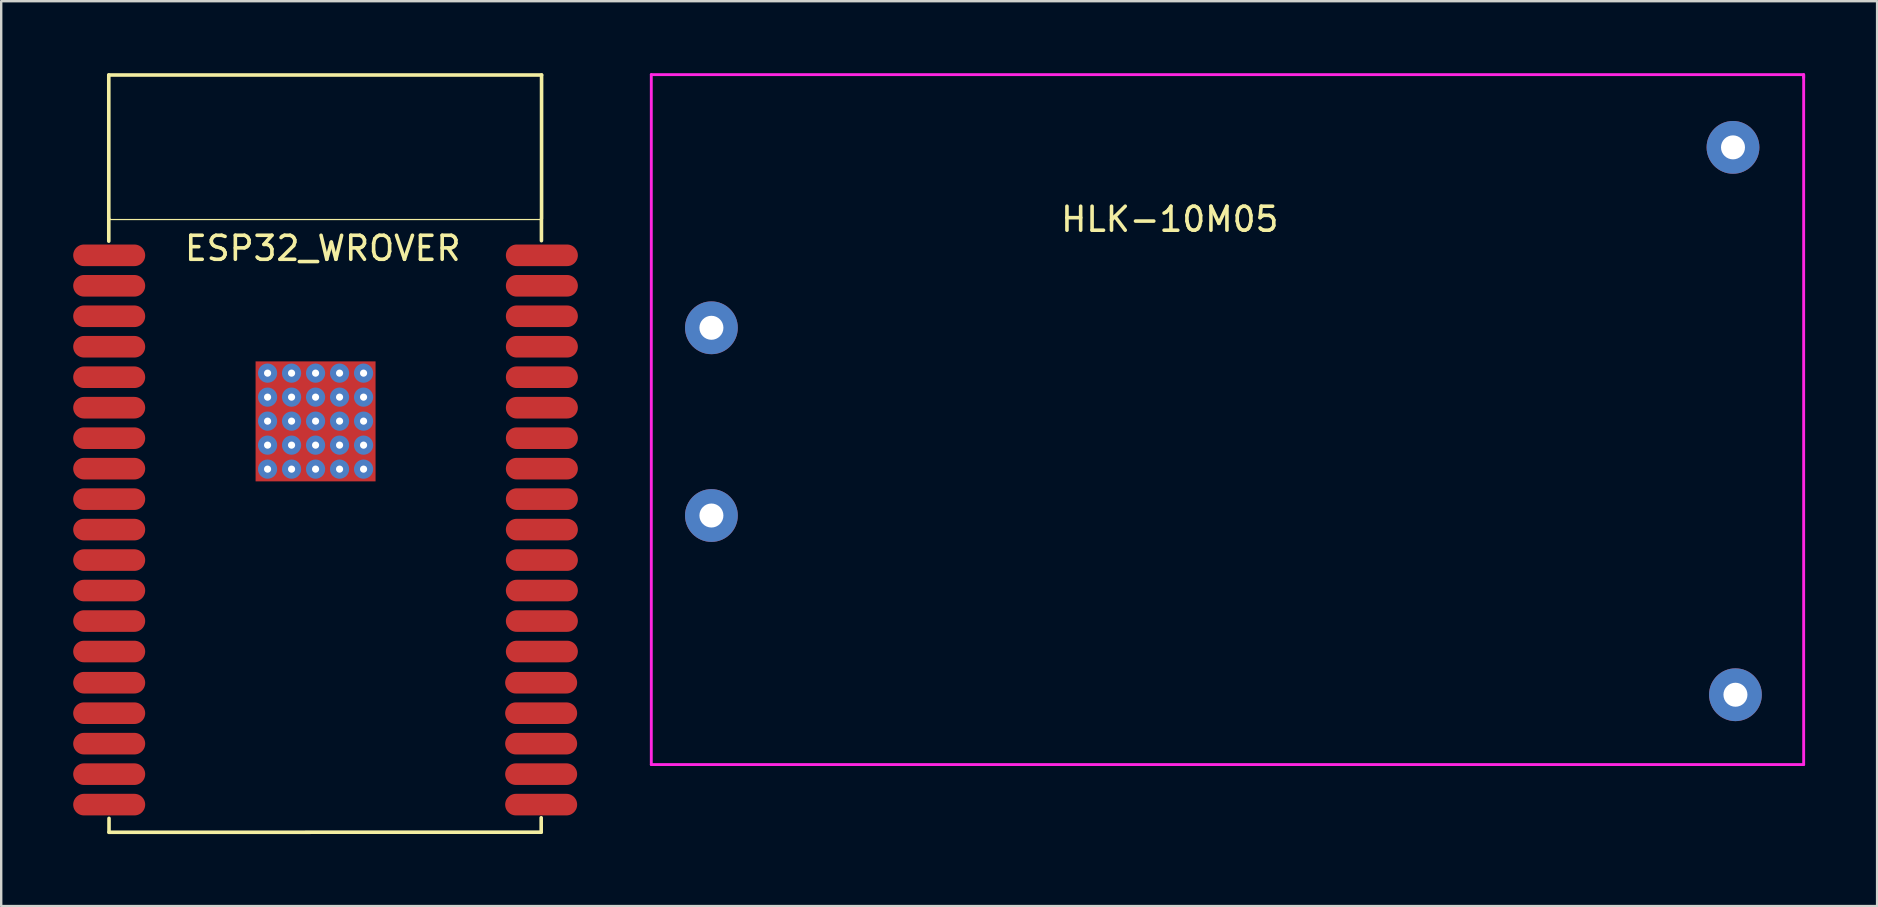
<source format=kicad_pcb>
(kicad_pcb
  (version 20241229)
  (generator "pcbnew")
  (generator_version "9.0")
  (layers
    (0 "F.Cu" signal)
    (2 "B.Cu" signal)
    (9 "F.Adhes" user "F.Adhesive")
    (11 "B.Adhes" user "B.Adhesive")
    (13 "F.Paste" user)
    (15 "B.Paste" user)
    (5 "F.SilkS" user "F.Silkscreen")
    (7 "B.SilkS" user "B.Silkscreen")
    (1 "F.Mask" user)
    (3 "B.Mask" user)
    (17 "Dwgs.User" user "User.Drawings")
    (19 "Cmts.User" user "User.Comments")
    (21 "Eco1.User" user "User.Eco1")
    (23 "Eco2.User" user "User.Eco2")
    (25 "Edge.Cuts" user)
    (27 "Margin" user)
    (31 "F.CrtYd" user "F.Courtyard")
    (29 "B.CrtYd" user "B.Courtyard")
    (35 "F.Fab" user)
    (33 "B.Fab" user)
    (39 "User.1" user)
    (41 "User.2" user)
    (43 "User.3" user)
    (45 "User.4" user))
  (footprint "HLK-10M05"
    (layer "F.Cu")
    (at 47.88 14.47)
    (property "Reference" "HLK-10M05" (at -2.184 -8.382 0) (layer "F.SilkS") (effects (font (size 1 1) (thickness 0.15))))
    (attr through_hole)
    (fp_line (start -23.419 -13.881) (end -23.419 13.919) (stroke (width 0.002) (type solid)) (layer "Dwgs.User"))
    (fp_line (start -23.419 -13.881) (end 23.481 13.919) (stroke (width 0.002) (type solid)) (layer "Dwgs.User"))
    (fp_line (start -23.419 13.919) (end 23.481 13.919) (stroke (width 0.002) (type solid)) (layer "Dwgs.User"))
    (fp_line (start 23.481 -13.881) (end -23.419 -13.881) (stroke (width 0.002) (type solid)) (layer "Dwgs.User"))
    (fp_line (start 23.481 -13.881) (end -23.419 13.919) (stroke (width 0.002) (type solid)) (layer "Dwgs.User"))
    (fp_line (start 23.481 13.919) (end 23.481 -13.881) (stroke (width 0.002) (type solid)) (layer "Dwgs.User"))
    (fp_circle (center -21.219 -3.881) (end -20.819 -3.881) (stroke (width 0.002) (type solid)) (fill no) (layer "Dwgs.User"))
    (fp_circle (center -21.219 3.919) (end -20.819 3.919) (stroke (width 0.002) (type solid)) (fill no) (layer "Dwgs.User"))
    (fp_circle (center 21.281 -11.381) (end 21.681 -11.381) (stroke (width 0.002) (type solid)) (fill no) (layer "Dwgs.User"))
    (fp_circle (center 21.281 11.419) (end 21.681 11.419) (stroke (width 0.002) (type solid)) (fill no) (layer "Dwgs.User"))
    (fp_line (start -23.79 -14.41) (end 24.23 -14.41) (stroke (width 0.12) (type solid)) (layer "F.CrtYd"))
    (fp_line (start -23.79 14.34) (end -23.79 -14.41) (stroke (width 0.12) (type solid)) (layer "F.CrtYd"))
    (fp_line (start 24.23 -14.41) (end 24.23 -14.28) (stroke (width 0.12) (type solid)) (layer "F.CrtYd"))
    (fp_line (start 24.23 -14.38) (end 24.23 14.34) (stroke (width 0.12) (type solid)) (layer "F.CrtYd"))
    (fp_line (start 24.23 14.34) (end -23.79 14.34) (stroke (width 0.12) (type solid)) (layer "F.CrtYd"))
    (pad "1" thru_hole circle (at -21.285 -3.861) (size 2.2 2.2) (drill 1) (layers "*.Cu" "*.Mask"))
    (pad "2" thru_hole circle (at -21.285 3.962) (size 2.2 2.2) (drill 1) (layers "*.Cu" "*.Mask"))
    (pad "3" thru_hole circle (at 21.387 11.43) (size 2.2 2.2) (drill 1) (layers "*.Cu" "*.Mask"))
    (pad "4" thru_hole circle (at 21.285 -11.379) (size 2.2 2.2) (drill 1) (layers "*.Cu" "*.Mask")))
  (footprint "ESP32_WROVER"
    (layer "F.Cu")
    (at 10.5 6.679)
    (property "Reference" "ESP32_WROVER" (at -0.1 0.62 0) (layer "F.SilkS") (effects (font (size 1 1) (thickness 0.15))))
    (attr smd)
    (fp_line (start -9.017 -0.635) (end -9.017 -6.604) (stroke (width 0.15) (type solid)) (layer "F.SilkS"))
    (fp_line (start -9.017 -0.605) (end -9.017 0.32) (stroke (width 0.15) (type solid)) (layer "F.SilkS"))
    (fp_line (start -9.007 24.953) (end -9.007 24.374) (stroke (width 0.15) (type solid)) (layer "F.SilkS"))
    (fp_line (start -9.007 24.953) (end 9.002 24.948) (stroke (width 0.15) (type solid)) (layer "F.SilkS"))
    (fp_line (start -9 -0.58) (end 9 -0.58) (stroke (width 0.05) (type solid)) (layer "F.SilkS"))
    (fp_line (start 9.002 24.948) (end 9.002 24.348) (stroke (width 0.15) (type solid)) (layer "F.SilkS"))
    (fp_line (start 9.012 -0.594) (end 9.012 0.3) (stroke (width 0.15) (type solid)) (layer "F.SilkS"))
    (fp_line (start 9.017 -6.604) (end -9.017 -6.604) (stroke (width 0.15) (type solid)) (layer "F.SilkS"))
    (fp_line (start 9.017 -0.635) (end 9.017 -6.604) (stroke (width 0.15) (type solid)) (layer "F.SilkS"))
    (pad "1" smd oval (at -9 0.91) (size 3 0.9) (layers "F.Cu" "F.Mask" "F.Paste"))
    (pad "2" smd oval (at -9 2.18) (size 3 0.9) (layers "F.Cu" "F.Mask" "F.Paste"))
    (pad "3" smd oval (at -9 3.45) (size 3 0.9) (layers "F.Cu" "F.Mask" "F.Paste"))
    (pad "4" smd oval (at -9 4.72) (size 3 0.9) (layers "F.Cu" "F.Mask" "F.Paste"))
    (pad "5" smd oval (at -9 5.99) (size 3 0.9) (layers "F.Cu" "F.Mask" "F.Paste"))
    (pad "6" smd oval (at -9 7.26) (size 3 0.9) (layers "F.Cu" "F.Mask" "F.Paste"))
    (pad "7" smd oval (at -9 8.53) (size 3 0.9) (layers "F.Cu" "F.Mask" "F.Paste"))
    (pad "8" smd oval (at -9 9.8) (size 3 0.9) (layers "F.Cu" "F.Mask" "F.Paste"))
    (pad "9" smd oval (at -9 11.07) (size 3 0.9) (layers "F.Cu" "F.Mask" "F.Paste"))
    (pad "10" smd oval (at -9 12.34) (size 3 0.9) (layers "F.Cu" "F.Mask" "F.Paste"))
    (pad "11" smd oval (at -9 13.61) (size 3 0.9) (layers "F.Cu" "F.Mask" "F.Paste"))
    (pad "12" smd oval (at -9 14.88) (size 3 0.9) (layers "F.Cu" "F.Mask" "F.Paste"))
    (pad "13" smd oval (at -9 16.15) (size 3 0.9) (layers "F.Cu" "F.Mask" "F.Paste"))
    (pad "14" smd oval (at -9 17.42) (size 3 0.9) (layers "F.Cu" "F.Mask" "F.Paste"))
    (pad "15" smd oval (at -9 18.72) (size 3 0.9) (layers "F.Cu" "F.Mask" "F.Paste"))
    (pad "16" smd oval (at -9 19.99) (size 3 0.9) (layers "F.Cu" "F.Mask" "F.Paste"))
    (pad "17" smd oval (at -9 21.26) (size 3 0.9) (layers "F.Cu" "F.Mask" "F.Paste"))
    (pad "18" smd oval (at -9 22.53) (size 3 0.9) (layers "F.Cu" "F.Mask" "F.Paste"))
    (pad "19" smd oval (at -9 23.8) (size 3 0.9) (layers "F.Cu" "F.Mask" "F.Paste"))
    (pad "20" smd oval (at 9 23.8) (size 3 0.9) (layers "F.Cu" "F.Mask" "F.Paste"))
    (pad "21" smd oval (at 9 22.53) (size 3 0.9) (layers "F.Cu" "F.Mask" "F.Paste"))
    (pad "22" smd oval (at 9 21.26) (size 3 0.9) (layers "F.Cu" "F.Mask" "F.Paste"))
    (pad "23" smd oval (at 9 19.99) (size 3 0.9) (layers "F.Cu" "F.Mask" "F.Paste"))
    (pad "24" smd oval (at 9 18.72) (size 3 0.9) (layers "F.Cu" "F.Mask" "F.Paste"))
    (pad "25" smd oval (at 9.03 17.42) (size 3 0.9) (layers "F.Cu" "F.Mask" "F.Paste"))
    (pad "26" smd oval (at 9.03 16.15) (size 3 0.9) (layers "F.Cu" "F.Mask" "F.Paste"))
    (pad "27" smd oval (at 9.03 14.88) (size 3 0.9) (layers "F.Cu" "F.Mask" "F.Paste"))
    (pad "28" smd oval (at 9.03 13.61) (size 3 0.9) (layers "F.Cu" "F.Mask" "F.Paste"))
    (pad "29" smd oval (at 9.03 12.34) (size 3 0.9) (layers "F.Cu" "F.Mask" "F.Paste"))
    (pad "30" smd oval (at 9.03 11.07) (size 3 0.9) (layers "F.Cu" "F.Mask" "F.Paste"))
    (pad "31" smd oval (at 9.03 9.8) (size 3 0.9) (layers "F.Cu" "F.Mask" "F.Paste"))
    (pad "32" smd oval (at 9.03 8.53) (size 3 0.9) (layers "F.Cu" "F.Mask" "F.Paste"))
    (pad "33" smd oval (at 9.03 7.26) (size 3 0.9) (layers "F.Cu" "F.Mask" "F.Paste"))
    (pad "34" smd oval (at 9.03 5.99) (size 3 0.9) (layers "F.Cu" "F.Mask" "F.Paste"))
    (pad "35" smd oval (at 9.03 4.72) (size 3 0.9) (layers "F.Cu" "F.Mask" "F.Paste"))
    (pad "36" smd oval (at 9.03 3.45) (size 3 0.9) (layers "F.Cu" "F.Mask" "F.Paste"))
    (pad "37" smd oval (at 9.03 2.18) (size 3 0.9) (layers "F.Cu" "F.Mask" "F.Paste"))
    (pad "38" smd oval (at 9.03 0.91) (size 3 0.9) (layers "F.Cu" "F.Mask" "F.Paste"))
    (pad "39" thru_hole circle (at -2.4 5.82) (size 0.8 0.8) (drill 0.3) (layers "*.Cu" "*.Mask"))
    (pad "39" thru_hole circle (at -2.4 6.82) (size 0.8 0.8) (drill 0.3) (layers "*.Cu" "*.Mask"))
    (pad "39" thru_hole circle (at -2.4 7.82) (size 0.8 0.8) (drill 0.3) (layers "*.Cu" "*.Mask"))
    (pad "39" thru_hole circle (at -2.4 8.82) (size 0.8 0.8) (drill 0.3) (layers "*.Cu" "*.Mask"))
    (pad "39" thru_hole circle (at -2.4 9.82) (size 0.8 0.8) (drill 0.3) (layers "*.Cu" "*.Mask"))
    (pad "39" thru_hole circle (at -1.4 5.82) (size 0.8 0.8) (drill 0.3) (layers "*.Cu" "*.Mask"))
    (pad "39" thru_hole circle (at -1.4 6.82) (size 0.8 0.8) (drill 0.3) (layers "*.Cu" "*.Mask"))
    (pad "39" thru_hole circle (at -1.4 7.82) (size 0.8 0.8) (drill 0.3) (layers "*.Cu" "*.Mask"))
    (pad "39" thru_hole circle (at -1.4 8.82) (size 0.8 0.8) (drill 0.3) (layers "*.Cu" "*.Mask"))
    (pad "39" thru_hole circle (at -1.4 9.82) (size 0.8 0.8) (drill 0.3) (layers "*.Cu" "*.Mask"))
    (pad "39" thru_hole circle (at -0.4 5.82) (size 0.8 0.8) (drill 0.3) (layers "*.Cu" "*.Mask"))
    (pad "39" thru_hole circle (at -0.4 6.82) (size 0.8 0.8) (drill 0.3) (layers "*.Cu" "*.Mask"))
    (pad "39" thru_hole circle (at -0.4 7.82) (size 0.8 0.8) (drill 0.3) (layers "*.Cu" "*.Mask"))
    (pad "39" smd rect (at -0.4 7.83) (size 5 5) (layers "F.Cu" "F.Mask" "F.Paste"))
    (pad "39" thru_hole circle (at -0.4 8.82) (size 0.8 0.8) (drill 0.3) (layers "*.Cu" "*.Mask"))
    (pad "39" thru_hole circle (at -0.4 9.82) (size 0.8 0.8) (drill 0.3) (layers "*.Cu" "*.Mask"))
    (pad "39" thru_hole circle (at 0.6 5.82) (size 0.8 0.8) (drill 0.3) (layers "*.Cu" "*.Mask"))
    (pad "39" thru_hole circle (at 0.6 6.82) (size 0.8 0.8) (drill 0.3) (layers "*.Cu" "*.Mask"))
    (pad "39" thru_hole circle (at 0.6 7.82) (size 0.8 0.8) (drill 0.3) (layers "*.Cu" "*.Mask"))
    (pad "39" thru_hole circle (at 0.6 8.82) (size 0.8 0.8) (drill 0.3) (layers "*.Cu" "*.Mask"))
    (pad "39" thru_hole circle (at 0.6 9.82) (size 0.8 0.8) (drill 0.3) (layers "*.Cu" "*.Mask"))
    (pad "39" thru_hole circle (at 1.6 5.82) (size 0.8 0.8) (drill 0.3) (layers "*.Cu" "*.Mask"))
    (pad "39" thru_hole circle (at 1.6 6.82) (size 0.8 0.8) (drill 0.3) (layers "*.Cu" "*.Mask"))
    (pad "39" thru_hole circle (at 1.6 7.82) (size 0.8 0.8) (drill 0.3) (layers "*.Cu" "*.Mask"))
    (pad "39" thru_hole circle (at 1.6 8.82) (size 0.8 0.8) (drill 0.3) (layers "*.Cu" "*.Mask"))
    (pad "39" thru_hole circle (at 1.6 9.82) (size 0.8 0.8) (drill 0.3) (layers "*.Cu" "*.Mask")))
  (gr_rect
    (start -3 -3)
    (end 75.17 34.707)
    (stroke (width 0.1) (type default))
    (fill no)
    (layer "Edge.Cuts")))
</source>
